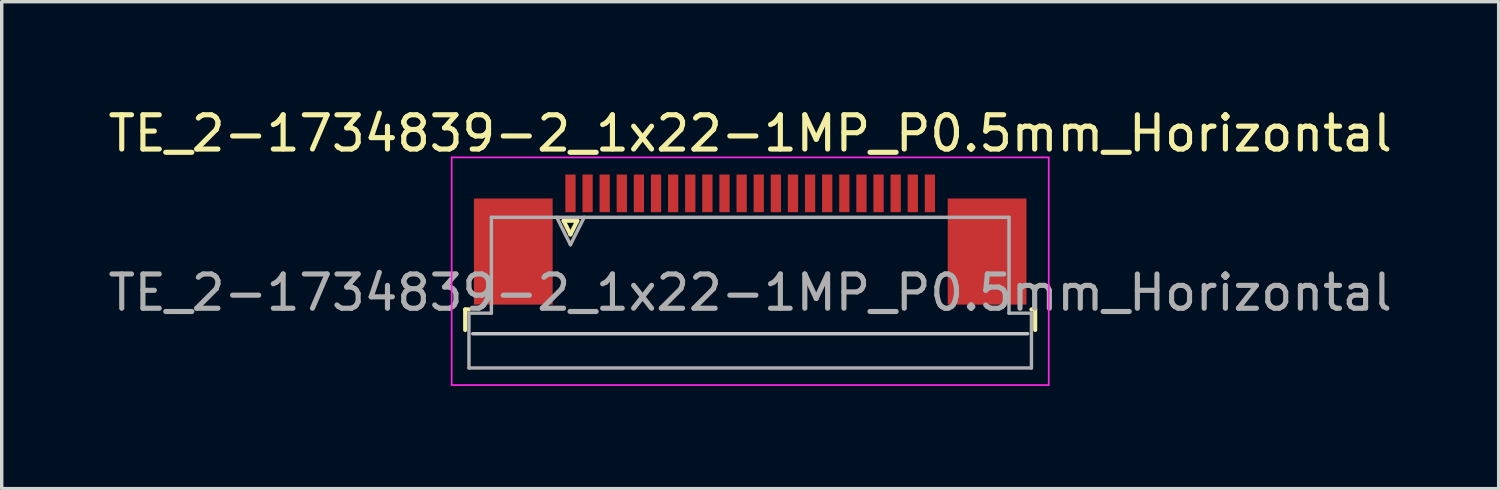
<source format=kicad_pcb>
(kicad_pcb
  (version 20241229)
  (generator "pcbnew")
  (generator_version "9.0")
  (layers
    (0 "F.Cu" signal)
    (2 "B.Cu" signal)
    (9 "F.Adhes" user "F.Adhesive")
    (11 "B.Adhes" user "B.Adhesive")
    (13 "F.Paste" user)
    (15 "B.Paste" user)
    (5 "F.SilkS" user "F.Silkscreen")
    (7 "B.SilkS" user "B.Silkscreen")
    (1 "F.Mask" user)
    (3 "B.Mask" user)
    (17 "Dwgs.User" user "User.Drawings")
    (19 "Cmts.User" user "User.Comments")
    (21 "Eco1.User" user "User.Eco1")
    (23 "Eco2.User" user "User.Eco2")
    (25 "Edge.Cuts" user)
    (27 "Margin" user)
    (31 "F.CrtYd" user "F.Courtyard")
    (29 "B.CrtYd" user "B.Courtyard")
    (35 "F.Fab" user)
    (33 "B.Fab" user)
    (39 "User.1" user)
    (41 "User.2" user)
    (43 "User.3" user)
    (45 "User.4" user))
  (footprint "TE_2-1734839-2_1x22-1MP_P0.5mm_Horizontal"
    (layer "F.Cu")
    (at 18.863 3.948)
    (property "Reference" "TE_2-1734839-2_1x22-1MP_P0.5mm_Horizontal" (at 0 -3.1 180) (layer "F.SilkS") (effects (font (size 1 1) (thickness 0.15))))
    (attr smd)
    (fp_line (start -8.325 2.04) (end -8.325 2.64) (stroke (width 0.12) (type solid)) (layer "F.SilkS"))
    (fp_line (start -8.215 2.04) (end -8.325 2.04) (stroke (width 0.12) (type solid)) (layer "F.SilkS"))
    (fp_line (start -5.45 -0.55) (end -5.25 -0.15) (stroke (width 0.12) (type solid)) (layer "F.SilkS"))
    (fp_line (start -5.25 -0.15) (end -5.05 -0.55) (stroke (width 0.12) (type solid)) (layer "F.SilkS"))
    (fp_line (start -5.05 -0.55) (end -5.45 -0.55) (stroke (width 0.12) (type solid)) (layer "F.SilkS"))
    (fp_line (start 8.215 2.04) (end 8.325 2.04) (stroke (width 0.12) (type solid)) (layer "F.SilkS"))
    (fp_line (start 8.325 2.04) (end 8.325 2.64) (stroke (width 0.12) (type solid)) (layer "F.SilkS"))
    (fp_line (start 8.105 2.75) (end -8.105 2.75) (stroke (width 0.1) (type solid)) (layer "Dwgs.User"))
    (fp_line (start -8.72 -2.4) (end -8.72 4.25) (stroke (width 0.05) (type solid)) (layer "F.CrtYd"))
    (fp_line (start -8.72 4.25) (end 8.72 4.25) (stroke (width 0.05) (type solid)) (layer "F.CrtYd"))
    (fp_line (start 8.72 -2.4) (end -8.72 -2.4) (stroke (width 0.05) (type solid)) (layer "F.CrtYd"))
    (fp_line (start 8.72 4.25) (end 8.72 -2.4) (stroke (width 0.05) (type solid)) (layer "F.CrtYd"))
    (fp_line (start -8.215 2.15) (end -7.56 2.15) (stroke (width 0.1) (type solid)) (layer "F.Fab"))
    (fp_line (start -8.215 3.75) (end -8.215 2.15) (stroke (width 0.1) (type solid)) (layer "F.Fab"))
    (fp_line (start -7.56 -0.65) (end 7.56 -0.65) (stroke (width 0.1) (type solid)) (layer "F.Fab"))
    (fp_line (start -7.56 2.15) (end -7.56 -0.65) (stroke (width 0.1) (type solid)) (layer "F.Fab"))
    (fp_line (start -5.65 -0.65) (end -5.25 0.15) (stroke (width 0.1) (type solid)) (layer "F.Fab"))
    (fp_line (start -5.25 0.15) (end -4.85 -0.65) (stroke (width 0.1) (type solid)) (layer "F.Fab"))
    (fp_line (start 7.56 -0.65) (end 7.56 2.15) (stroke (width 0.1) (type solid)) (layer "F.Fab"))
    (fp_line (start 7.56 2.15) (end 8.215 2.15) (stroke (width 0.1) (type solid)) (layer "F.Fab"))
    (fp_line (start 8.215 2.15) (end 8.215 3.75) (stroke (width 0.1) (type solid)) (layer "F.Fab"))
    (fp_line (start 8.215 3.75) (end -8.215 3.75) (stroke (width 0.1) (type solid)) (layer "F.Fab"))
    (fp_text user "${REFERENCE}" (at 0 1.55 180) (layer "F.Fab") (effects (font (size 1 1) (thickness 0.15))))
    (pad "1" smd rect (at -5.25 -1.35) (size 0.3 1.1) (layers "F.Cu" "F.Mask" "F.Paste"))
    (pad "2" smd rect (at -4.75 -1.35) (size 0.3 1.1) (layers "F.Cu" "F.Mask" "F.Paste"))
    (pad "3" smd rect (at -4.25 -1.35) (size 0.3 1.1) (layers "F.Cu" "F.Mask" "F.Paste"))
    (pad "4" smd rect (at -3.75 -1.35) (size 0.3 1.1) (layers "F.Cu" "F.Mask" "F.Paste"))
    (pad "5" smd rect (at -3.25 -1.35) (size 0.3 1.1) (layers "F.Cu" "F.Mask" "F.Paste"))
    (pad "6" smd rect (at -2.75 -1.35) (size 0.3 1.1) (layers "F.Cu" "F.Mask" "F.Paste"))
    (pad "7" smd rect (at -2.25 -1.35) (size 0.3 1.1) (layers "F.Cu" "F.Mask" "F.Paste"))
    (pad "8" smd rect (at -1.75 -1.35) (size 0.3 1.1) (layers "F.Cu" "F.Mask" "F.Paste"))
    (pad "9" smd rect (at -1.25 -1.35) (size 0.3 1.1) (layers "F.Cu" "F.Mask" "F.Paste"))
    (pad "10" smd rect (at -0.75 -1.35) (size 0.3 1.1) (layers "F.Cu" "F.Mask" "F.Paste"))
    (pad "11" smd rect (at -0.25 -1.35) (size 0.3 1.1) (layers "F.Cu" "F.Mask" "F.Paste"))
    (pad "12" smd rect (at 0.25 -1.35) (size 0.3 1.1) (layers "F.Cu" "F.Mask" "F.Paste"))
    (pad "13" smd rect (at 0.75 -1.35) (size 0.3 1.1) (layers "F.Cu" "F.Mask" "F.Paste"))
    (pad "14" smd rect (at 1.25 -1.35) (size 0.3 1.1) (layers "F.Cu" "F.Mask" "F.Paste"))
    (pad "15" smd rect (at 1.75 -1.35) (size 0.3 1.1) (layers "F.Cu" "F.Mask" "F.Paste"))
    (pad "16" smd rect (at 2.25 -1.35) (size 0.3 1.1) (layers "F.Cu" "F.Mask" "F.Paste"))
    (pad "17" smd rect (at 2.75 -1.35) (size 0.3 1.1) (layers "F.Cu" "F.Mask" "F.Paste"))
    (pad "18" smd rect (at 3.25 -1.35) (size 0.3 1.1) (layers "F.Cu" "F.Mask" "F.Paste"))
    (pad "19" smd rect (at 3.75 -1.35) (size 0.3 1.1) (layers "F.Cu" "F.Mask" "F.Paste"))
    (pad "20" smd rect (at 4.25 -1.35) (size 0.3 1.1) (layers "F.Cu" "F.Mask" "F.Paste"))
    (pad "21" smd rect (at 4.75 -1.35) (size 0.3 1.1) (layers "F.Cu" "F.Mask" "F.Paste"))
    (pad "22" smd rect (at 5.25 -1.35) (size 0.3 1.1) (layers "F.Cu" "F.Mask" "F.Paste"))
    (pad "MP" smd rect (at -6.92 0.35) (size 2.3 3.1) (layers "F.Cu" "F.Mask" "F.Paste"))
    (pad "MP" smd rect (at 6.92 0.35) (size 2.3 3.1) (layers "F.Cu" "F.Mask" "F.Paste")))
  (gr_rect
    (start -3 -3)
    (end 40.726 11.223)
    (stroke (width 0.1) (type default))
    (fill no)
    (layer "Edge.Cuts")))
</source>
